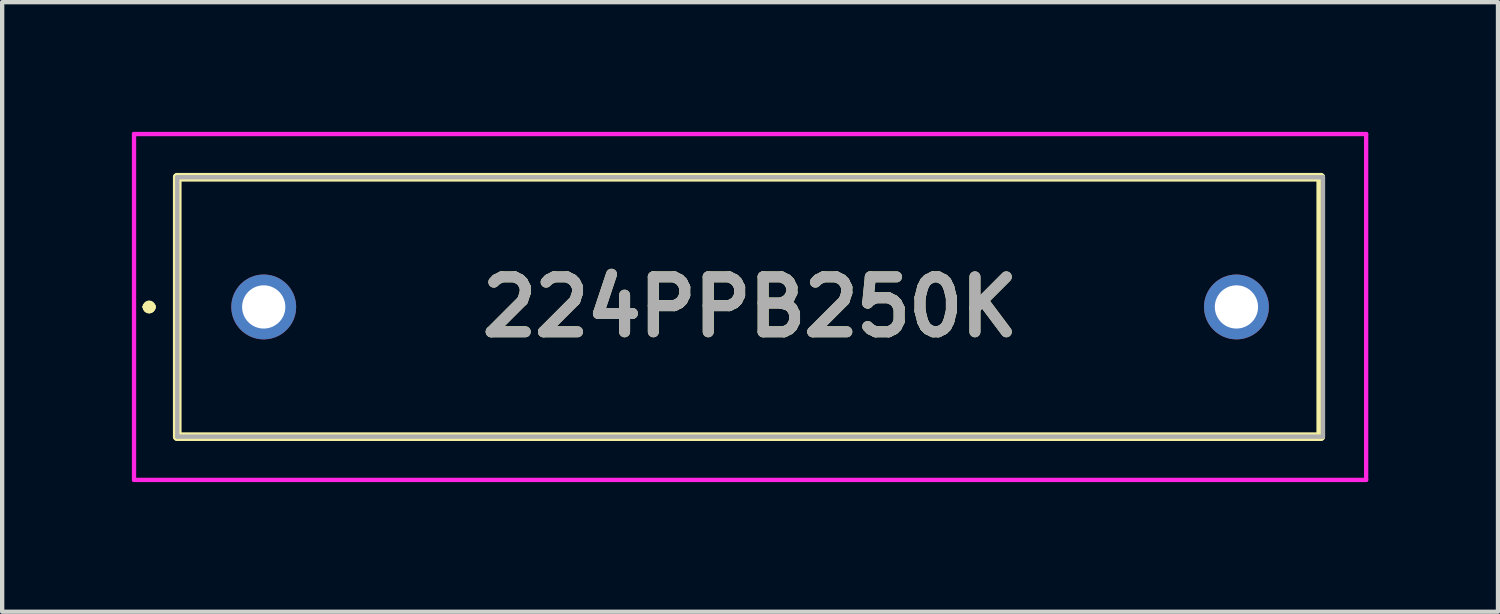
<source format=kicad_pcb>
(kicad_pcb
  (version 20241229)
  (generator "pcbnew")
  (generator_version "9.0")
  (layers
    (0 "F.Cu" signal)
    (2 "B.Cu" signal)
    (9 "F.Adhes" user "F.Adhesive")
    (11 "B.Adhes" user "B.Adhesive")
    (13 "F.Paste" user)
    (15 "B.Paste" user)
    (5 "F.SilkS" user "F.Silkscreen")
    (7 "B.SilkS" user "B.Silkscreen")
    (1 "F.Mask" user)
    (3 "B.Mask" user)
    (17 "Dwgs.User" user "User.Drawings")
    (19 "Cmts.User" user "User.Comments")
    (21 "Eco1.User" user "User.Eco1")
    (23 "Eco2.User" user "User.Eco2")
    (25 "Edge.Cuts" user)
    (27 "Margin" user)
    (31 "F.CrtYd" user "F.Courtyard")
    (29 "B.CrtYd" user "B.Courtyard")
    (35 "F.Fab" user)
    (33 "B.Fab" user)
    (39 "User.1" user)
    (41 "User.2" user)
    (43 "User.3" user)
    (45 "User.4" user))
  (footprint "224PPB250K"
    (layer "F.Cu")
    (at 3.05 4.05)
    (property "Reference" "224PPB250K" (at 11.25 0 0) (layer "F.SilkS") (effects (font (size 1.27 1.27) (thickness 0.254))))
    (attr through_hole)
    (fp_line (start -2.7 0) (end -2.7 0) (stroke (width 0.2) (type solid)) (layer "F.SilkS"))
    (fp_line (start -2.7 0) (end -2.7 0) (stroke (width 0.2) (type solid)) (layer "F.SilkS"))
    (fp_line (start -2.6 0) (end -2.6 0) (stroke (width 0.2) (type solid)) (layer "F.SilkS"))
    (fp_line (start -2 -3) (end 24.45 -3) (stroke (width 0.2) (type solid)) (layer "F.SilkS"))
    (fp_line (start -2 3) (end -2 -3) (stroke (width 0.2) (type solid)) (layer "F.SilkS"))
    (fp_line (start 24.45 -3) (end 24.45 3) (stroke (width 0.2) (type solid)) (layer "F.SilkS"))
    (fp_line (start 24.45 3) (end -2 3) (stroke (width 0.2) (type solid)) (layer "F.SilkS"))
    (fp_arc (start -2.7 0) (mid -2.65 -0.05) (end -2.6 0) (stroke (width 0.2) (type solid)) (layer "F.SilkS"))
    (fp_arc (start -2.6 0) (mid -2.65 0.05) (end -2.7 0) (stroke (width 0.2) (type solid)) (layer "F.SilkS"))
    (fp_arc (start -2.6 0) (mid -2.65 0.05) (end -2.7 0) (stroke (width 0.2) (type solid)) (layer "F.SilkS"))
    (fp_line (start -3 -4) (end 25.5 -4) (stroke (width 0.1) (type solid)) (layer "F.CrtYd"))
    (fp_line (start -3 4) (end -3 -4) (stroke (width 0.1) (type solid)) (layer "F.CrtYd"))
    (fp_line (start 25.5 -4) (end 25.5 4) (stroke (width 0.1) (type solid)) (layer "F.CrtYd"))
    (fp_line (start 25.5 4) (end -3 4) (stroke (width 0.1) (type solid)) (layer "F.CrtYd"))
    (fp_line (start -2 -3) (end -2 3) (stroke (width 0.1) (type solid)) (layer "F.Fab"))
    (fp_line (start -2 3) (end 24.5 3) (stroke (width 0.1) (type solid)) (layer "F.Fab"))
    (fp_line (start 24.5 -3) (end -2 -3) (stroke (width 0.1) (type solid)) (layer "F.Fab"))
    (fp_line (start 24.5 3) (end 24.5 -3) (stroke (width 0.1) (type solid)) (layer "F.Fab"))
    (fp_text user "${REFERENCE}" (at 11.25 0 0) (layer "F.Fab") (effects (font (size 1.27 1.27) (thickness 0.254))))
    (pad "1" thru_hole circle (at 0 0) (size 1.5 1.5) (drill 1) (layers "*.Cu" "*.Mask"))
    (pad "2" thru_hole circle (at 22.5 0) (size 1.5 1.5) (drill 1) (layers "*.Cu" "*.Mask")))
  (gr_rect
    (start -3 -3)
    (end 31.6 11.1)
    (stroke (width 0.1) (type default))
    (fill no)
    (layer "Edge.Cuts")))
</source>
